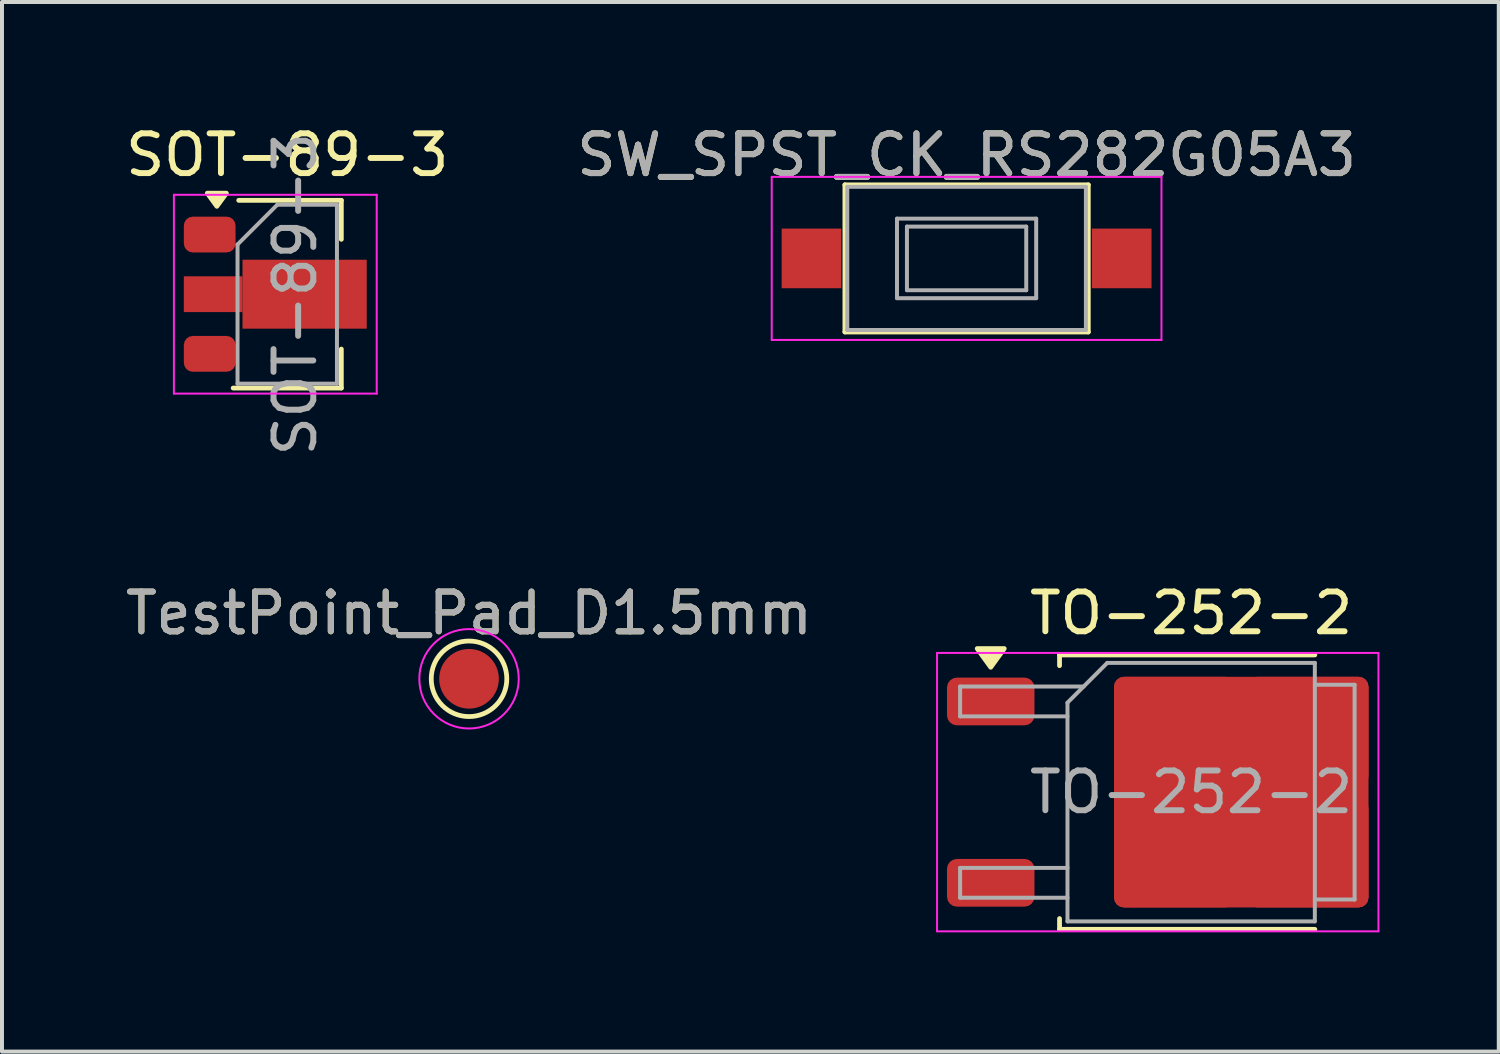
<source format=kicad_pcb>
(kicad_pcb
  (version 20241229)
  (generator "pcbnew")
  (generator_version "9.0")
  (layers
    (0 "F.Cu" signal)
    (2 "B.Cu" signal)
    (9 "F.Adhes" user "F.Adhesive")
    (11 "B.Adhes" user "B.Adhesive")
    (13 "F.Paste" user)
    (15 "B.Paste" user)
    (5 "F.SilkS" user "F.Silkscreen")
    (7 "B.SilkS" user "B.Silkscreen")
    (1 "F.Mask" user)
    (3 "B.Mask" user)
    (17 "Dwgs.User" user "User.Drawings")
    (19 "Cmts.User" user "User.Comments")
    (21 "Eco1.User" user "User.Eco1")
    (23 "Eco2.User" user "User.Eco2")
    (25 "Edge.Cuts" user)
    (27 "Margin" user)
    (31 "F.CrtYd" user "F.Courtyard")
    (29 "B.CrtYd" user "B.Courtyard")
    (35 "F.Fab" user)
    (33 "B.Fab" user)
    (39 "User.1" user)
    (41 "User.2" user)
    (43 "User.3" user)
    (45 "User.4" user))
  (footprint "TO-252-2"
    (layer "F.Cu")
    (at 26.903 16.869)
    (property "Reference" "TO-252-2" (at 0 -4.5 180) (layer "F.SilkS") (effects (font (size 1 1) (thickness 0.15))))
    (attr smd)
    (fp_line (start -3.31 -3.45) (end -3.31 -3.18) (stroke (width 0.12) (type solid)) (layer "F.SilkS"))
    (fp_line (start -3.31 3.45) (end -3.31 3.18) (stroke (width 0.12) (type solid)) (layer "F.SilkS"))
    (fp_line (start 3.11 -3.45) (end -3.31 -3.45) (stroke (width 0.12) (type solid)) (layer "F.SilkS"))
    (fp_line (start 3.11 3.45) (end -3.31 3.45) (stroke (width 0.12) (type solid)) (layer "F.SilkS"))
    (fp_poly (pts (xy -5.04 -3.14) (xy -5.38 -3.61) (xy -4.7 -3.61) (xy -5.04 -3.14)) (stroke (width 0.12) (type solid)) (fill yes) (layer "F.SilkS"))
    (fp_line (start -6.39 -3.5) (end -6.39 3.5) (stroke (width 0.05) (type solid)) (layer "F.CrtYd"))
    (fp_line (start -6.39 3.5) (end 4.71 3.5) (stroke (width 0.05) (type solid)) (layer "F.CrtYd"))
    (fp_line (start 4.71 -3.5) (end -6.39 -3.5) (stroke (width 0.05) (type solid)) (layer "F.CrtYd"))
    (fp_line (start 4.71 3.5) (end 4.71 -3.5) (stroke (width 0.05) (type solid)) (layer "F.CrtYd"))
    (fp_line (start -5.81 -2.655) (end -5.81 -1.905) (stroke (width 0.1) (type solid)) (layer "F.Fab"))
    (fp_line (start -5.81 -1.905) (end -3.11 -1.905) (stroke (width 0.1) (type solid)) (layer "F.Fab"))
    (fp_line (start -5.81 1.905) (end -5.81 2.655) (stroke (width 0.1) (type solid)) (layer "F.Fab"))
    (fp_line (start -5.81 2.655) (end -3.11 2.655) (stroke (width 0.1) (type solid)) (layer "F.Fab"))
    (fp_line (start -3.11 -2.25) (end -2.11 -3.25) (stroke (width 0.1) (type solid)) (layer "F.Fab"))
    (fp_line (start -3.11 1.905) (end -5.81 1.905) (stroke (width 0.1) (type solid)) (layer "F.Fab"))
    (fp_line (start -3.11 3.25) (end -3.11 -2.25) (stroke (width 0.1) (type solid)) (layer "F.Fab"))
    (fp_line (start -2.705 -2.655) (end -5.81 -2.655) (stroke (width 0.1) (type solid)) (layer "F.Fab"))
    (fp_line (start -2.11 -3.25) (end 3.11 -3.25) (stroke (width 0.1) (type solid)) (layer "F.Fab"))
    (fp_line (start 3.11 -3.25) (end 3.11 3.25) (stroke (width 0.1) (type solid)) (layer "F.Fab"))
    (fp_line (start 3.11 -2.7) (end 4.11 -2.7) (stroke (width 0.1) (type solid)) (layer "F.Fab"))
    (fp_line (start 3.11 3.25) (end -3.11 3.25) (stroke (width 0.1) (type solid)) (layer "F.Fab"))
    (fp_line (start 4.11 -2.7) (end 4.11 2.7) (stroke (width 0.1) (type solid)) (layer "F.Fab"))
    (fp_line (start 4.11 2.7) (end 3.11 2.7) (stroke (width 0.1) (type solid)) (layer "F.Fab"))
    (fp_text user "${REFERENCE}" (at 0 0 180) (layer "F.Fab") (effects (font (size 1 1) (thickness 0.15))))
    (pad "1" smd roundrect (at -5.04 -2.28) (size 2.2 1.2) (layers "F.Cu" "F.Mask" "F.Paste") (roundrect_rratio 0.208))
    (pad "2" smd roundrect (at -0.415 -1.525) (size 3.05 2.75) (layers "F.Cu" "F.Paste") (roundrect_rratio 0.091))
    (pad "2" smd roundrect (at -0.415 1.525) (size 3.05 2.75) (layers "F.Cu" "F.Paste") (roundrect_rratio 0.091))
    (pad "2" smd roundrect (at 1.26 0) (size 6.4 5.8) (layers "F.Cu" "F.Mask") (roundrect_rratio 0.043))
    (pad "2" smd roundrect (at 2.935 -1.525) (size 3.05 2.75) (layers "F.Cu" "F.Paste") (roundrect_rratio 0.091))
    (pad "2" smd roundrect (at 2.935 1.525) (size 3.05 2.75) (layers "F.Cu" "F.Paste") (roundrect_rratio 0.091))
    (pad "3" smd roundrect (at -5.04 2.28) (size 2.2 1.2) (layers "F.Cu" "F.Mask" "F.Paste") (roundrect_rratio 0.208)))
  (footprint "SOT-89-3"
    (layer "F.Cu")
    (at 4.173 4.348)
    (property "Reference" "SOT-89-3" (at 0 -3.5 0) (layer "F.SilkS") (effects (font (size 1 1) (thickness 0.15))))
    (attr smd)
    (fp_line (start -1.22 -2.36) (end 1.36 -2.36) (stroke (width 0.12) (type solid)) (layer "F.SilkS"))
    (fp_line (start 1.36 -1.38) (end 1.36 -2.36) (stroke (width 0.12) (type solid)) (layer "F.SilkS"))
    (fp_line (start 1.36 1.38) (end 1.36 2.36) (stroke (width 0.12) (type solid)) (layer "F.SilkS"))
    (fp_line (start 1.36 2.36) (end -1.36 2.36) (stroke (width 0.12) (type solid)) (layer "F.SilkS"))
    (fp_poly (pts (xy -1.77 -2.21) (xy -2.01 -2.54) (xy -1.53 -2.54) (xy -1.77 -2.21)) (stroke (width 0.12) (type solid)) (fill yes) (layer "F.SilkS"))
    (fp_line (start -2.85 2.5) (end -2.85 -2.5) (stroke (width 0.05) (type solid)) (layer "F.CrtYd"))
    (fp_line (start -2.85 2.5) (end 2.25 2.5) (stroke (width 0.05) (type solid)) (layer "F.CrtYd"))
    (fp_line (start 2.25 -2.5) (end -2.85 -2.5) (stroke (width 0.05) (type solid)) (layer "F.CrtYd"))
    (fp_line (start 2.25 -2.5) (end 2.25 2.5) (stroke (width 0.05) (type solid)) (layer "F.CrtYd"))
    (fp_line (start -1.25 -1.25) (end -0.25 -2.25) (stroke (width 0.1) (type solid)) (layer "F.Fab"))
    (fp_line (start -1.25 2.25) (end -1.25 -1.25) (stroke (width 0.1) (type solid)) (layer "F.Fab"))
    (fp_line (start -0.25 -2.25) (end 1.25 -2.25) (stroke (width 0.1) (type solid)) (layer "F.Fab"))
    (fp_line (start 1.25 -2.25) (end 1.25 2.25) (stroke (width 0.1) (type solid)) (layer "F.Fab"))
    (fp_line (start 1.25 2.25) (end -1.25 2.25) (stroke (width 0.1) (type solid)) (layer "F.Fab"))
    (fp_text user "${REFERENCE}" (at 0.2 0 90) (layer "F.Fab") (effects (font (size 1 1) (thickness 0.15))))
    (pad "1" smd roundrect (at -1.95 -1.5) (size 1.3 0.9) (layers "F.Cu" "F.Mask" "F.Paste") (roundrect_rratio 0.25))
    (pad "2" smd custom (at -1.863 0) (size 1.475 0.9) (layers "F.Cu" "F.Mask" "F.Paste") (options (anchor rect)) (primitives (gr_poly (pts (xy 3.862 0.867) (xy 0.738 0.867) (xy 0.738 -0.867) (xy 3.862 -0.867)) (width 0) (fill yes))))
    (pad "3" smd roundrect (at -1.95 1.5) (size 1.3 0.9) (layers "F.Cu" "F.Mask" "F.Paste") (roundrect_rratio 0.25)))
  (footprint "SW_SPST_CK_RS282G05A3"
    (layer "F.Cu")
    (at 21.256 3.448)
    (property "Reference" "SW_SPST_CK_RS282G05A3" (at 0 -2.6 0) (layer "F.SilkS") (effects (font (size 1 1) (thickness 0.15))))
    (attr smd)
    (fp_line (start -3.06 -1.85) (end 3.06 -1.85) (stroke (width 0.12) (type solid)) (layer "F.SilkS"))
    (fp_line (start -3.06 1.85) (end -3.06 -1.85) (stroke (width 0.12) (type solid)) (layer "F.SilkS"))
    (fp_line (start 3.06 -1.85) (end 3.06 1.85) (stroke (width 0.12) (type solid)) (layer "F.SilkS"))
    (fp_line (start 3.06 1.85) (end -3.06 1.85) (stroke (width 0.12) (type solid)) (layer "F.SilkS"))
    (fp_line (start -4.9 -2.05) (end 4.9 -2.05) (stroke (width 0.05) (type solid)) (layer "F.CrtYd"))
    (fp_line (start -4.9 2.05) (end -4.9 -2.05) (stroke (width 0.05) (type solid)) (layer "F.CrtYd"))
    (fp_line (start 4.9 -2.05) (end 4.9 2.05) (stroke (width 0.05) (type solid)) (layer "F.CrtYd"))
    (fp_line (start 4.9 2.05) (end -4.9 2.05) (stroke (width 0.05) (type solid)) (layer "F.CrtYd"))
    (fp_line (start -3 -1.8) (end -3 1.8) (stroke (width 0.1) (type solid)) (layer "F.Fab"))
    (fp_line (start -3 -1.8) (end 3 -1.8) (stroke (width 0.1) (type solid)) (layer "F.Fab"))
    (fp_line (start -3 1.8) (end 3 1.8) (stroke (width 0.1) (type solid)) (layer "F.Fab"))
    (fp_line (start -1.75 -1) (end 1.75 -1) (stroke (width 0.1) (type solid)) (layer "F.Fab"))
    (fp_line (start -1.75 1) (end -1.75 -1) (stroke (width 0.1) (type solid)) (layer "F.Fab"))
    (fp_line (start -1.5 -0.8) (end -1.5 0.8) (stroke (width 0.1) (type solid)) (layer "F.Fab"))
    (fp_line (start -1.5 -0.8) (end 1.5 -0.8) (stroke (width 0.1) (type solid)) (layer "F.Fab"))
    (fp_line (start -1.5 0.8) (end 1.5 0.8) (stroke (width 0.1) (type solid)) (layer "F.Fab"))
    (fp_line (start 1.5 -0.8) (end 1.5 0.8) (stroke (width 0.1) (type solid)) (layer "F.Fab"))
    (fp_line (start 1.75 -1) (end 1.75 1) (stroke (width 0.1) (type solid)) (layer "F.Fab"))
    (fp_line (start 1.75 1) (end -1.75 1) (stroke (width 0.1) (type solid)) (layer "F.Fab"))
    (fp_line (start 3 -1.8) (end 3 1.8) (stroke (width 0.1) (type solid)) (layer "F.Fab"))
    (fp_text user "${REFERENCE}" (at 0 -2.6 0) (layer "F.Fab") (effects (font (size 1 1) (thickness 0.15))))
    (pad "1" smd rect (at -3.9 0) (size 1.5 1.5) (layers "F.Cu" "F.Mask" "F.Paste"))
    (pad "2" smd rect (at 3.9 0) (size 1.5 1.5) (layers "F.Cu" "F.Mask" "F.Paste")))
  (footprint "TestPoint_Pad_D1.5mm"
    (layer "F.Cu")
    (at 8.744 14.019)
    (property "Reference" "TestPoint_Pad_D1.5mm" (at 0 -1.648 0) (layer "F.SilkS") (effects (font (size 1 1) (thickness 0.15))))
    (attr exclude_from_pos_files)
    (fp_circle (center 0 0) (end 0 0.95) (stroke (width 0.12) (type solid)) (fill no) (layer "F.SilkS"))
    (fp_circle (center 0 0) (end 1.25 0) (stroke (width 0.05) (type solid)) (fill no) (layer "F.CrtYd"))
    (fp_text user "${REFERENCE}" (at 0 -1.65 0) (layer "F.Fab") (effects (font (size 1 1) (thickness 0.15))))
    (pad "1" smd circle (at 0 0) (size 1.5 1.5) (layers "F.Cu" "F.Mask")))
  (gr_rect
    (start -3 -3)
    (end 34.638 23.394)
    (stroke (width 0.1) (type default))
    (fill no)
    (layer "Edge.Cuts")))
</source>
